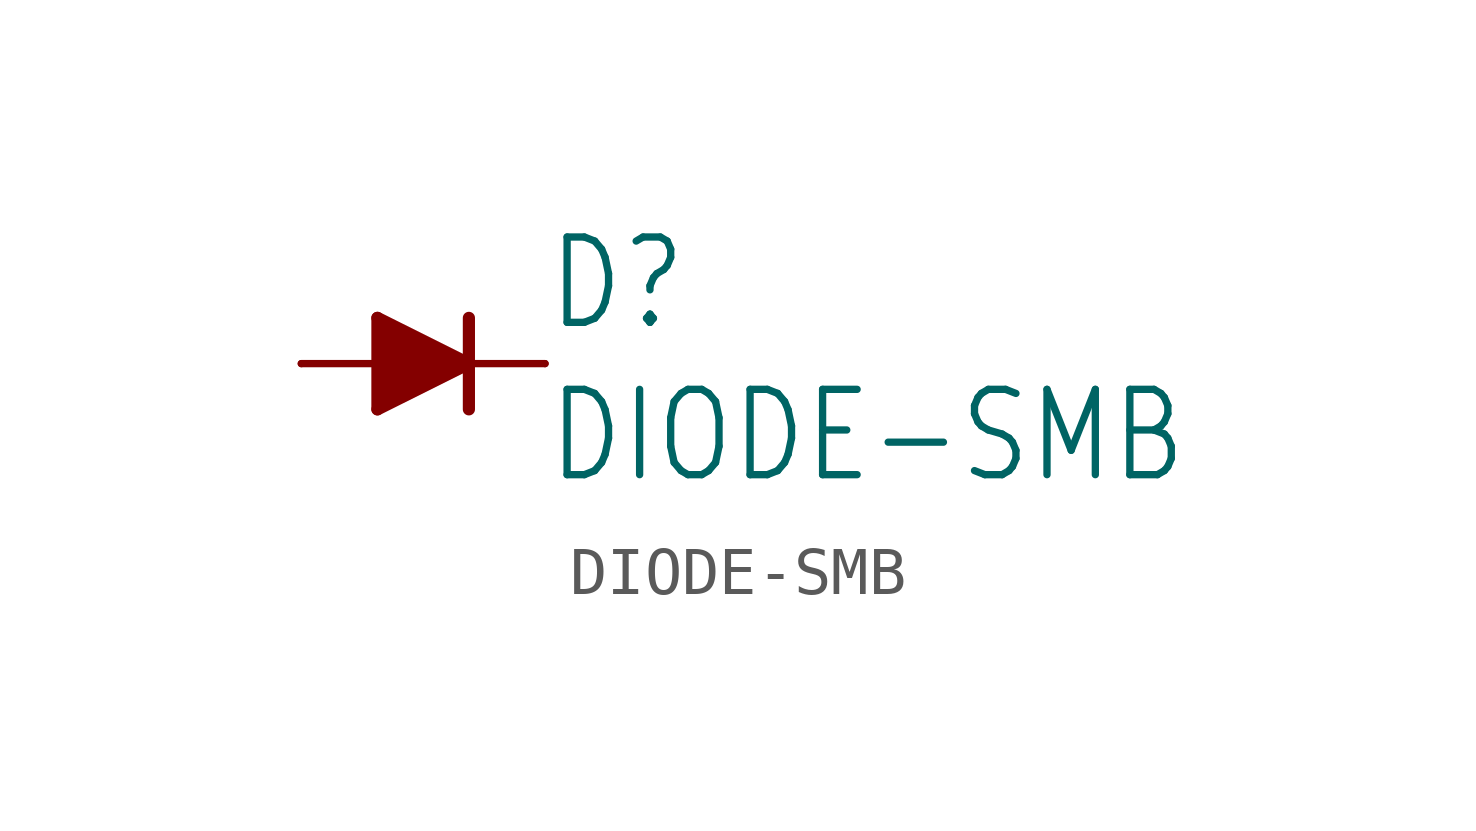
<source format=kicad_sym>
(kicad_symbol_lib
  (version 20211014)
  (generator kicad_symbol_editor)
  (symbol "DIODE-SMB"
    (property "Reference" "D"
      (at 2.54 0.635 0)
      (effects (font (size 1.778 1.511)) (justify left bottom)))
    (property "Value" "DIODE-SMB"
      (at 2.54 -2.54 0)
      (effects (font (size 1.778 1.511)) (justify left bottom)))
    (property "ki_locked" ""
      (at 0 0 0)
      (effects (font (size 1.27 1.27))))
    (symbol "DIODE-SMB_1_0"
      (polyline (pts (xy -0.953 -0.953) (xy 0.953 0)) (stroke (width 0.254) (type default) (color 0 0 0 0)) (fill (type none)))
      (polyline (pts (xy -0.953 0) (xy -2.54 0)) (stroke (width 0.152) (type default) (color 0 0 0 0)) (fill (type none)))
      (polyline (pts (xy -0.953 0) (xy -0.953 -0.953)) (stroke (width 0.254) (type default) (color 0 0 0 0)) (fill (type none)))
      (polyline (pts (xy -0.953 0.953) (xy -0.953 0)) (stroke (width 0.254) (type default) (color 0 0 0 0)) (fill (type none)))
      (polyline (pts (xy 0.953 0) (xy -0.953 0.953)) (stroke (width 0.254) (type default) (color 0 0 0 0)) (fill (type none)))
      (polyline (pts (xy 0.953 0) (xy 0.953 -0.953)) (stroke (width 0.254) (type default) (color 0 0 0 0)) (fill (type none)))
      (polyline (pts (xy 0.953 0) (xy 2.54 0)) (stroke (width 0.152) (type default) (color 0 0 0 0)) (fill (type none)))
      (polyline (pts (xy 0.953 0.953) (xy 0.953 0)) (stroke (width 0.254) (type default) (color 0 0 0 0)) (fill (type none)))
      (polyline (pts (xy -0.953 0.953) (xy 0.953 0) (xy -0.953 -0.953)) (stroke (width 0) (type default) (color 0 0 0 0)) (fill (type outline)))
      (pin passive line (at -2.54 0 0) (length 0) (name "A" (effects (font (size 0 0)))) (number "A" (effects (font (size 0 0)))))
      (pin passive line (at 2.54 0 180) (length 0) (name "C" (effects (font (size 0 0)))) (number "C" (effects (font (size 0 0))))))))
</source>
